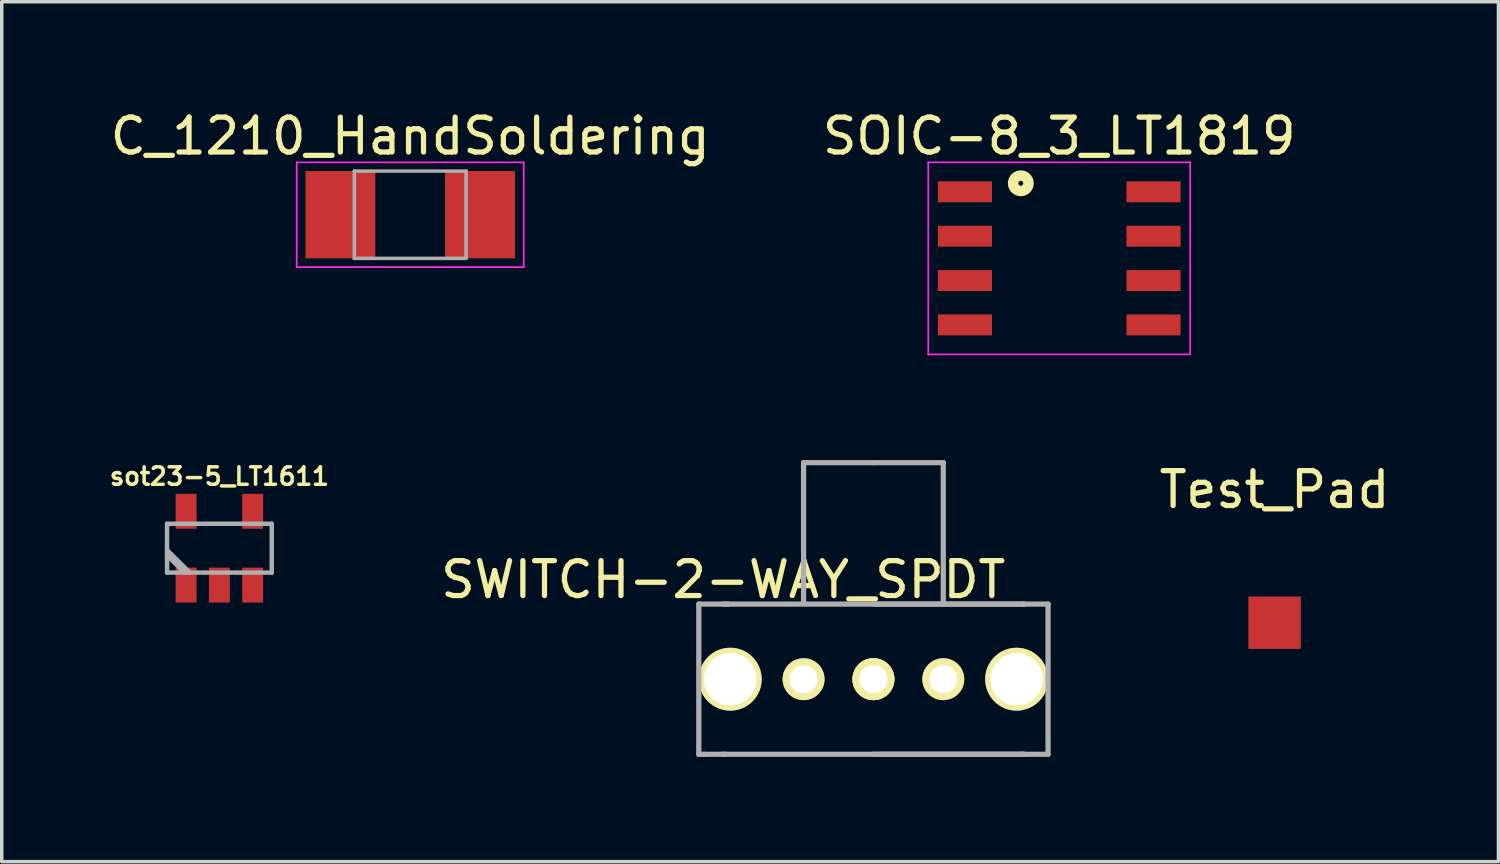
<source format=kicad_pcb>
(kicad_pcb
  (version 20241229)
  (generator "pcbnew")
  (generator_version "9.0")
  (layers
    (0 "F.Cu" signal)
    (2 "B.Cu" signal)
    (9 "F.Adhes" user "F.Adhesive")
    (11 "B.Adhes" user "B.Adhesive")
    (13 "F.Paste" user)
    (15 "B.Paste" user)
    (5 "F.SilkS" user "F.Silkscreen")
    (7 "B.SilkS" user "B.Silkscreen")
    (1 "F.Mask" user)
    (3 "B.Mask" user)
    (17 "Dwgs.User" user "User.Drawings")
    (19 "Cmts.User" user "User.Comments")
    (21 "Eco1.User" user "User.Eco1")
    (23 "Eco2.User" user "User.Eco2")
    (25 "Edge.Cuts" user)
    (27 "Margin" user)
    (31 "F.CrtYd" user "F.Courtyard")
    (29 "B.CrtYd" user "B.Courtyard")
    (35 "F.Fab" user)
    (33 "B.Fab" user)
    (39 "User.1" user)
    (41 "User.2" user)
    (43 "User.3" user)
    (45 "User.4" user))
  (footprint "C_1210_HandSoldering"
    (layer "F.Cu")
    (at 8.696 3.098)
    (property "Reference" "C_1210_HandSoldering" (at 0 -2.25 0) (layer "F.SilkS") (effects (font (size 1 1) (thickness 0.15))))
    (attr smd)
    (fp_line (start -3.25 -1.5) (end -3.25 1.5) (stroke (width 0.05) (type solid)) (layer "F.CrtYd"))
    (fp_line (start -3.25 -1.5) (end 3.25 -1.5) (stroke (width 0.05) (type solid)) (layer "F.CrtYd"))
    (fp_line (start 3.25 1.5) (end -3.25 1.5) (stroke (width 0.05) (type solid)) (layer "F.CrtYd"))
    (fp_line (start 3.25 1.5) (end 3.25 -1.5) (stroke (width 0.05) (type solid)) (layer "F.CrtYd"))
    (fp_line (start -1.6 -1.25) (end 1.6 -1.25) (stroke (width 0.1) (type solid)) (layer "F.Fab"))
    (fp_line (start -1.6 1.25) (end -1.6 -1.25) (stroke (width 0.1) (type solid)) (layer "F.Fab"))
    (fp_line (start 1.6 -1.25) (end 1.6 1.25) (stroke (width 0.1) (type solid)) (layer "F.Fab"))
    (fp_line (start 1.6 1.25) (end -1.6 1.25) (stroke (width 0.1) (type solid)) (layer "F.Fab"))
    (pad "1" smd rect (at -2 0) (size 2 2.5) (layers "F.Cu" "F.Mask" "F.Paste"))
    (pad "2" smd rect (at 2 0) (size 2 2.5) (layers "F.Cu" "F.Mask" "F.Paste")))
  (footprint "Test_Pad"
    (layer "F.Cu")
    (at 33.446 14.781)
    (property "Reference" "Test_Pad" (at 0 -3.81 0) (layer "F.SilkS") (effects (font (size 1 1) (thickness 0.15))))
    (attr through_hole)
    (pad "1" smd rect (at 0 0) (size 1.501 1.501) (layers "F.Cu" "F.Mask" "F.Paste")))
  (footprint "SWITCH-2-WAY_SPDT"
    (layer "F.Cu")
    (at 21.96 16.398)
    (property "Reference" "SWITCH-2-WAY_SPDT" (at -4.3 -2.85 0) (layer "F.SilkS") (effects (font (size 1 1) (thickness 0.15))))
    (attr through_hole)
    (fp_line (start -5 -2.15) (end -4.15 -2.15) (stroke (width 0.15) (type solid)) (layer "F.Fab"))
    (fp_line (start -5 2.15) (end -5 -2.15) (stroke (width 0.15) (type solid)) (layer "F.Fab"))
    (fp_line (start -4.85 2.15) (end -5 2.15) (stroke (width 0.15) (type solid)) (layer "F.Fab"))
    (fp_line (start -4.25 2.15) (end -4.85 2.15) (stroke (width 0.15) (type solid)) (layer "F.Fab"))
    (fp_line (start -2 -6.2) (end -2 -2.2) (stroke (width 0.15) (type solid)) (layer "F.Fab"))
    (fp_line (start 0 -6.2) (end -2 -6.2) (stroke (width 0.15) (type solid)) (layer "F.Fab"))
    (fp_line (start 0 -6.2) (end 2 -6.2) (stroke (width 0.15) (type solid)) (layer "F.Fab"))
    (fp_line (start 0 -2.15) (end 4.3 -2.15) (stroke (width 0.15) (type solid)) (layer "F.Fab"))
    (fp_line (start 0 2.15) (end 4.3 2.15) (stroke (width 0.15) (type solid)) (layer "F.Fab"))
    (fp_line (start 2 -6.2) (end 2 -2.2) (stroke (width 0.15) (type solid)) (layer "F.Fab"))
    (fp_line (start 4.3 -2.15) (end -4.3 -2.15) (stroke (width 0.15) (type solid)) (layer "F.Fab"))
    (fp_line (start 4.3 -2.15) (end 5 -2.15) (stroke (width 0.15) (type solid)) (layer "F.Fab"))
    (fp_line (start 4.3 2.15) (end -4.3 2.15) (stroke (width 0.15) (type solid)) (layer "F.Fab"))
    (fp_line (start 5 -2.15) (end 5 2.15) (stroke (width 0.15) (type solid)) (layer "F.Fab"))
    (fp_line (start 5 2.15) (end 4.25 2.15) (stroke (width 0.15) (type solid)) (layer "F.Fab"))
    (pad "1" thru_hole circle (at -2 0) (size 1.2 1.2) (drill 0.8) (layers "*.Cu" "*.Mask" "F.SilkS"))
    (pad "2" thru_hole circle (at 0 0) (size 1.2 1.2) (drill 0.8) (layers "*.Cu" "*.Mask" "F.SilkS"))
    (pad "2" thru_hole circle (at 0 0) (size 1.2 1.2) (drill 0.8) (layers "*.Cu" "*.Mask" "F.SilkS"))
    (pad "3" thru_hole circle (at 2 0) (size 1.2 1.2) (drill 0.8) (layers "*.Cu" "*.Mask" "F.SilkS"))
    (pad "4" thru_hole circle (at -4.1 0) (size 1.8 1.8) (drill 1.5) (layers "*.Cu" "*.Mask" "F.SilkS"))
    (pad "4" thru_hole circle (at 4.1 0) (size 1.8 1.8) (drill 1.5) (layers "*.Cu" "*.Mask" "F.SilkS")))
  (footprint "sot23-5_LT1611"
    (layer "F.Cu")
    (at 3.232 12.647)
    (property "Reference" "sot23-5_LT1611" (at 0 -2.057 0) (layer "F.SilkS") (effects (font (size 0.5 0.5) (thickness 0.099))))
    (attr through_hole)
    (fp_line (start -1.499 -0.699) (end 1.499 -0.699) (stroke (width 0.127) (type solid)) (layer "F.Fab"))
    (fp_line (start -1.499 0.699) (end -1.499 -0.699) (stroke (width 0.127) (type solid)) (layer "F.Fab"))
    (fp_line (start -1.003 0.699) (end -1.499 0.203) (stroke (width 0.127) (type solid)) (layer "F.Fab"))
    (fp_line (start -0.851 0.699) (end -1.499 0.051) (stroke (width 0.127) (type solid)) (layer "F.Fab"))
    (fp_line (start 1.499 -0.699) (end 1.499 0.699) (stroke (width 0.127) (type solid)) (layer "F.Fab"))
    (fp_line (start 1.499 0.699) (end -1.499 0.699) (stroke (width 0.127) (type solid)) (layer "F.Fab"))
    (pad "1" smd rect (at -0.953 1.057) (size 0.599 1.001) (layers "F.Cu" "F.Mask" "F.Paste"))
    (pad "2" smd rect (at 0 1.057) (size 0.599 1.001) (layers "F.Cu" "F.Mask" "F.Paste"))
    (pad "3" smd rect (at 0.953 1.057) (size 0.599 1.001) (layers "F.Cu" "F.Mask" "F.Paste"))
    (pad "4" smd rect (at 0.953 -1.057) (size 0.599 1.001) (layers "F.Cu" "F.Mask" "F.Paste"))
    (pad "5" smd rect (at -0.953 -1.057) (size 0.599 1.001) (layers "F.Cu" "F.Mask" "F.Paste")))
  (footprint "SOIC-8_3_LT1819"
    (layer "F.Cu")
    (at 27.28 4.348)
    (property "Reference" "SOIC-8_3_LT1819" (at 0 -3.5 0) (layer "F.SilkS") (effects (font (size 1 1) (thickness 0.15))))
    (attr smd)
    (fp_circle (center -1.1 -2.15) (end -1.05 -2.1) (stroke (width 0.3) (type solid)) (fill no) (layer "F.SilkS"))
    (fp_line (start -3.75 -2.75) (end -3.75 2.75) (stroke (width 0.05) (type solid)) (layer "F.CrtYd"))
    (fp_line (start -3.75 -2.75) (end 3.75 -2.75) (stroke (width 0.05) (type solid)) (layer "F.CrtYd"))
    (fp_line (start -3.75 2.75) (end 3.75 2.75) (stroke (width 0.05) (type solid)) (layer "F.CrtYd"))
    (fp_line (start 3.75 -2.75) (end 3.75 2.75) (stroke (width 0.05) (type solid)) (layer "F.CrtYd"))
    (pad "1" smd rect (at -2.7 -1.905) (size 1.55 0.6) (layers "F.Cu" "F.Mask" "F.Paste"))
    (pad "2" smd rect (at -2.7 -0.635) (size 1.55 0.6) (layers "F.Cu" "F.Mask" "F.Paste"))
    (pad "3" smd rect (at -2.7 0.635) (size 1.55 0.6) (layers "F.Cu" "F.Mask" "F.Paste"))
    (pad "4" smd rect (at -2.7 1.905) (size 1.55 0.6) (layers "F.Cu" "F.Mask" "F.Paste"))
    (pad "5" smd rect (at 2.7 1.905) (size 1.55 0.6) (layers "F.Cu" "F.Mask" "F.Paste"))
    (pad "6" smd rect (at 2.7 0.635) (size 1.55 0.6) (layers "F.Cu" "F.Mask" "F.Paste"))
    (pad "7" smd rect (at 2.7 -0.635) (size 1.55 0.6) (layers "F.Cu" "F.Mask" "F.Paste"))
    (pad "8" smd rect (at 2.7 -1.905) (size 1.55 0.6) (layers "F.Cu" "F.Mask" "F.Paste")))
  (gr_rect
    (start -3 -3)
    (end 39.857 21.623)
    (stroke (width 0.1) (type default))
    (fill no)
    (layer "Edge.Cuts")))
</source>
